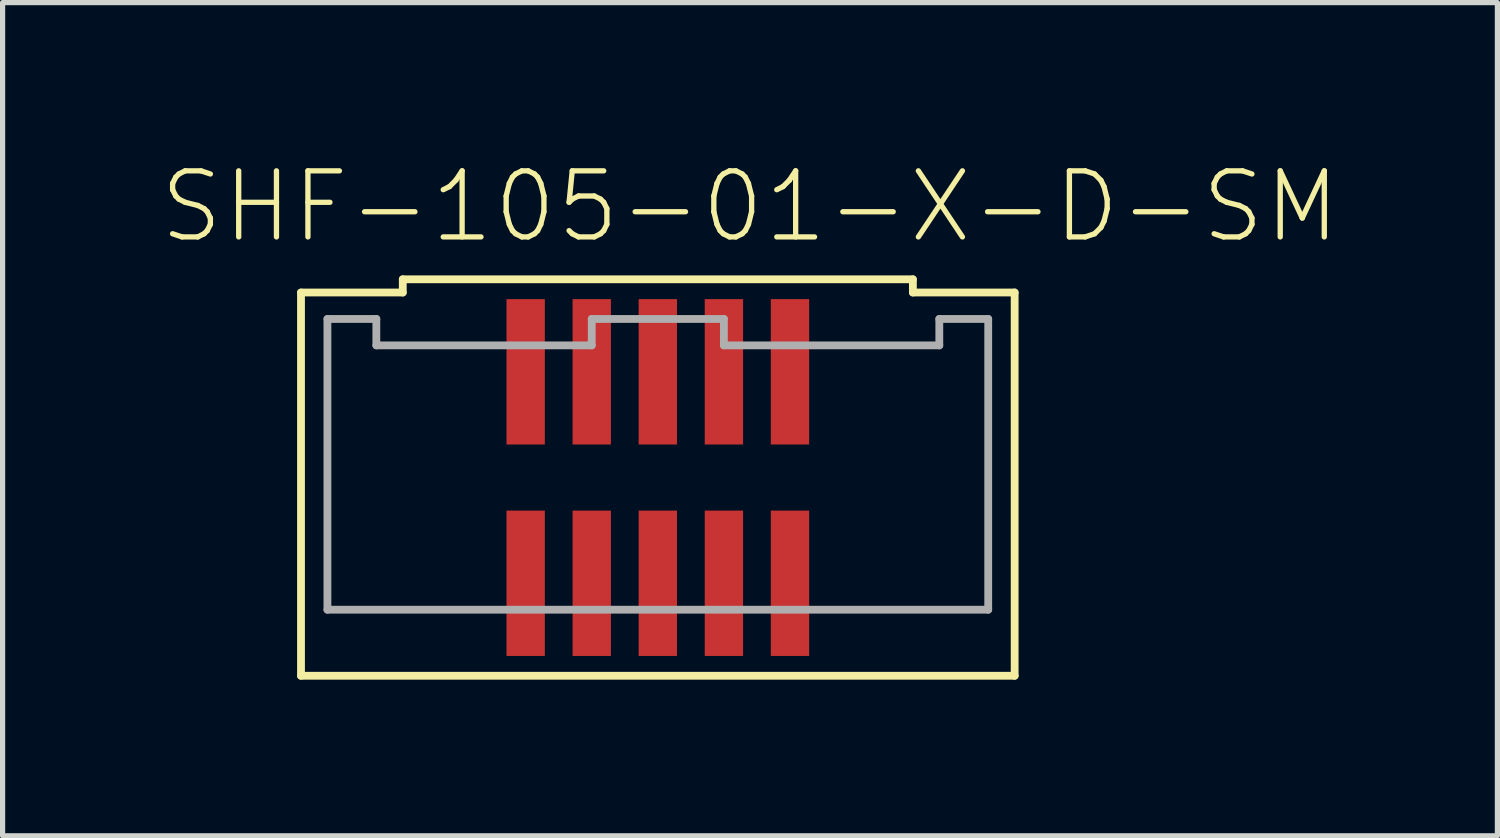
<source format=kicad_pcb>
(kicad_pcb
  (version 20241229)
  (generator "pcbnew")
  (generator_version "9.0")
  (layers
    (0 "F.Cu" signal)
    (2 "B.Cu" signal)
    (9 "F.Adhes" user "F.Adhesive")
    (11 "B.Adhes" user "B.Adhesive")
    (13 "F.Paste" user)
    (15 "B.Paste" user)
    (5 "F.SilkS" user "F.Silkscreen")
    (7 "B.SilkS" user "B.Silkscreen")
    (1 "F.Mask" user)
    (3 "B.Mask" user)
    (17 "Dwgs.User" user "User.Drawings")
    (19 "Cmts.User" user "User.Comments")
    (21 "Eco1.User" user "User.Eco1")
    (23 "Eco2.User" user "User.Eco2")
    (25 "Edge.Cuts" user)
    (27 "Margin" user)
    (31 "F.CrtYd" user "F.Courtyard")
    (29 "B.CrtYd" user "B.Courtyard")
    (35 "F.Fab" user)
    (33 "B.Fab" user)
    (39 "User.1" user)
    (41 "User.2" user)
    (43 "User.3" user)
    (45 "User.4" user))
  (footprint "SHF-105-01-X-D-SM"
    (layer "F.Cu")
    (at 9.593 6.128)
    (property "Reference" "SHF-105-01-X-D-SM" (at 1.772 -5.207 0) (layer "F.SilkS") (effects (font (size 1.27 1.27) (thickness 0.102))))
    (attr through_hole)
    (fp_line (start -6.858 -3.556) (end -4.902 -3.556) (stroke (width 0.15) (type solid)) (layer "F.SilkS"))
    (fp_line (start -6.858 3.81) (end -6.858 -3.556) (stroke (width 0.15) (type solid)) (layer "F.SilkS"))
    (fp_line (start -4.902 -3.81) (end 4.902 -3.81) (stroke (width 0.15) (type solid)) (layer "F.SilkS"))
    (fp_line (start -4.902 -3.556) (end -4.902 -3.81) (stroke (width 0.15) (type solid)) (layer "F.SilkS"))
    (fp_line (start 4.902 -3.81) (end 4.902 -3.556) (stroke (width 0.15) (type solid)) (layer "F.SilkS"))
    (fp_line (start 4.902 -3.556) (end 6.858 -3.556) (stroke (width 0.15) (type solid)) (layer "F.SilkS"))
    (fp_line (start 6.858 -3.556) (end 6.858 3.81) (stroke (width 0.15) (type solid)) (layer "F.SilkS"))
    (fp_line (start 6.858 3.81) (end -6.858 3.81) (stroke (width 0.15) (type solid)) (layer "F.SilkS"))
    (fp_line (start -6.35 -3.048) (end -5.41 -3.048) (stroke (width 0.15) (type solid)) (layer "F.Fab"))
    (fp_line (start -6.35 2.54) (end -6.35 -3.048) (stroke (width 0.15) (type solid)) (layer "F.Fab"))
    (fp_line (start -5.41 -3.048) (end -5.41 -2.54) (stroke (width 0.15) (type solid)) (layer "F.Fab"))
    (fp_line (start -5.41 -2.54) (end -1.27 -2.54) (stroke (width 0.15) (type solid)) (layer "F.Fab"))
    (fp_line (start -1.27 -3.048) (end 1.27 -3.048) (stroke (width 0.15) (type solid)) (layer "F.Fab"))
    (fp_line (start -1.27 -2.54) (end -1.27 -3.048) (stroke (width 0.15) (type solid)) (layer "F.Fab"))
    (fp_line (start 1.27 -3.048) (end 1.27 -2.54) (stroke (width 0.15) (type solid)) (layer "F.Fab"))
    (fp_line (start 1.27 -2.54) (end 5.41 -2.54) (stroke (width 0.15) (type solid)) (layer "F.Fab"))
    (fp_line (start 5.41 -3.048) (end 6.35 -3.048) (stroke (width 0.15) (type solid)) (layer "F.Fab"))
    (fp_line (start 5.41 -2.54) (end 5.41 -3.048) (stroke (width 0.15) (type solid)) (layer "F.Fab"))
    (fp_line (start 6.35 -3.048) (end 6.35 2.54) (stroke (width 0.15) (type solid)) (layer "F.Fab"))
    (fp_line (start 6.35 2.54) (end -6.35 2.54) (stroke (width 0.15) (type solid)) (layer "F.Fab"))
    (pad "1" smd rect (at -2.54 2.032) (size 0.737 2.794) (layers "F.Cu" "F.Mask" "F.Paste"))
    (pad "2" smd rect (at -2.54 -2.032) (size 0.737 2.794) (layers "F.Cu" "F.Mask" "F.Paste"))
    (pad "3" smd rect (at -1.27 2.032) (size 0.737 2.794) (layers "F.Cu" "F.Mask" "F.Paste"))
    (pad "4" smd rect (at -1.27 -2.032) (size 0.737 2.794) (layers "F.Cu" "F.Mask" "F.Paste"))
    (pad "5" smd rect (at 0 2.032) (size 0.737 2.794) (layers "F.Cu" "F.Mask" "F.Paste"))
    (pad "6" smd rect (at 0 -2.032) (size 0.737 2.794) (layers "F.Cu" "F.Mask" "F.Paste"))
    (pad "7" smd rect (at 1.27 2.032) (size 0.737 2.794) (layers "F.Cu" "F.Mask" "F.Paste"))
    (pad "8" smd rect (at 1.27 -2.032) (size 0.737 2.794) (layers "F.Cu" "F.Mask" "F.Paste"))
    (pad "9" smd rect (at 2.54 2.032) (size 0.737 2.794) (layers "F.Cu" "F.Mask" "F.Paste"))
    (pad "10" smd rect (at 2.54 -2.032) (size 0.737 2.794) (layers "F.Cu" "F.Mask" "F.Paste")))
  (gr_rect
    (start -3 -3)
    (end 25.729 13.013)
    (stroke (width 0.1) (type default))
    (fill no)
    (layer "Edge.Cuts")))
</source>
